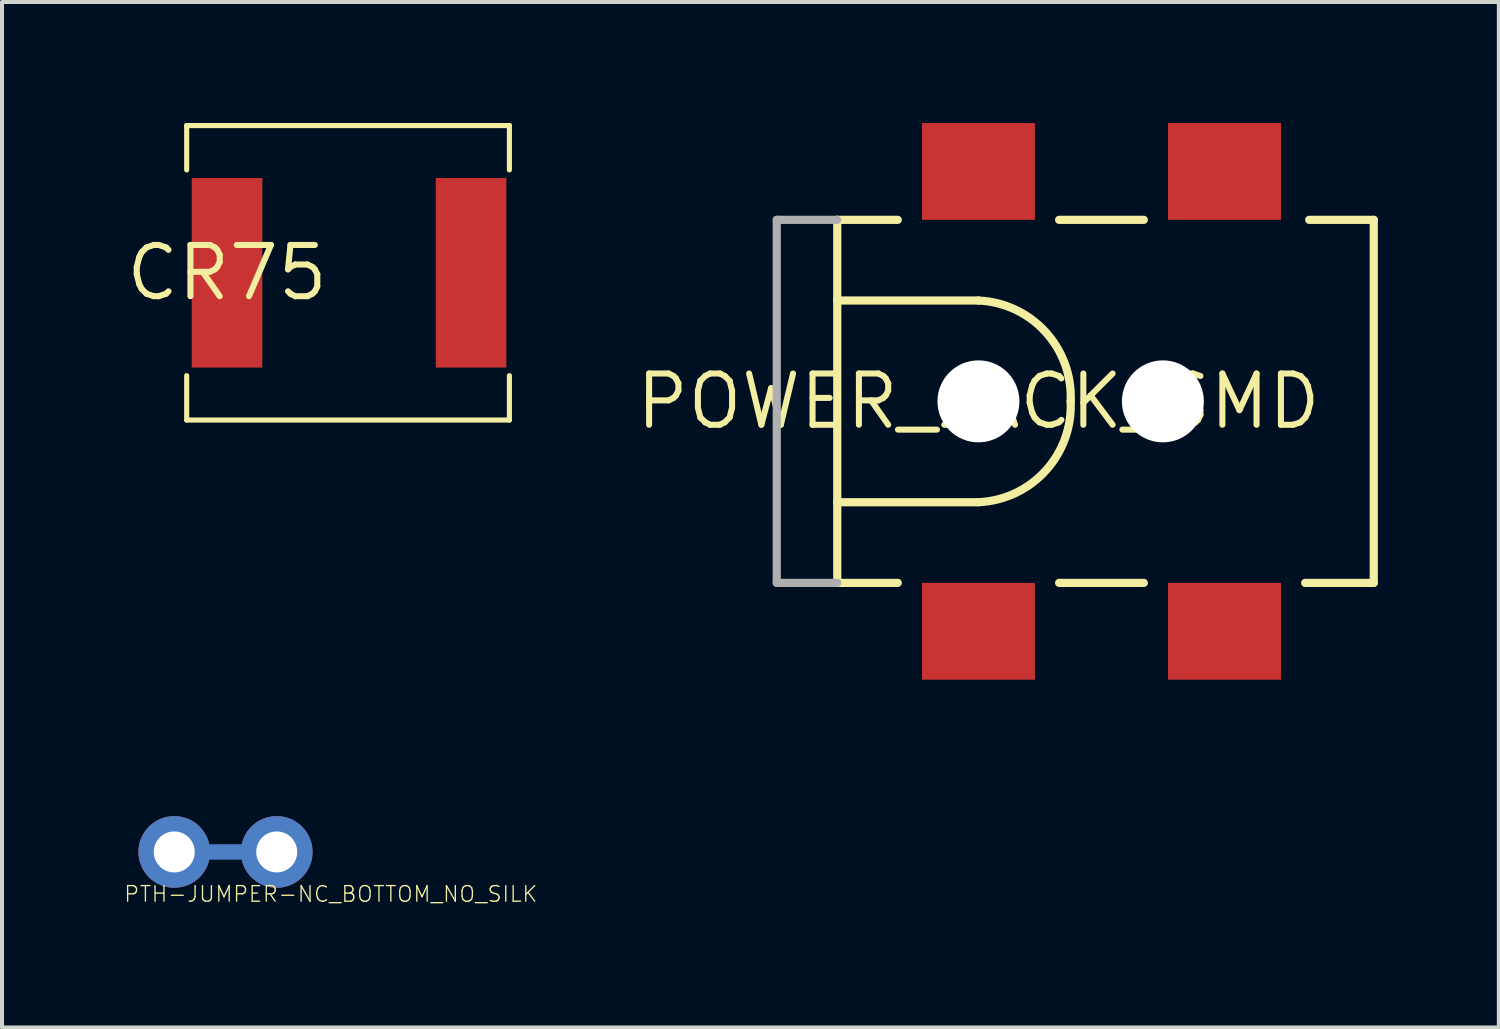
<source format=kicad_pcb>
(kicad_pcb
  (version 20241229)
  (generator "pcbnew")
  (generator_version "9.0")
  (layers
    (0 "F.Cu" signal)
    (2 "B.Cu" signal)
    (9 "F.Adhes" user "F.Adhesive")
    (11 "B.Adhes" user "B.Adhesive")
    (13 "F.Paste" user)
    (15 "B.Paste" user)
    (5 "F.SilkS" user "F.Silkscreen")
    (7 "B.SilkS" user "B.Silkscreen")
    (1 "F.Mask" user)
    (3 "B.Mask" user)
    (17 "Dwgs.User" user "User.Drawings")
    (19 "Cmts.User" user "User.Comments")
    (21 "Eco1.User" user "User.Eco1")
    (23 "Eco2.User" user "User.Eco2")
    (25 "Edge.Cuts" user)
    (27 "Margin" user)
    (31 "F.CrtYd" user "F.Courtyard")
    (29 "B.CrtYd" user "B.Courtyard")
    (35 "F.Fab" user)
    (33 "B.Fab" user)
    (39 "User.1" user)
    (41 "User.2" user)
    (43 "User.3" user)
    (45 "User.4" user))
  (footprint "CR75"
    (layer "F.Cu")
    (at 2.578 3.713)
    (property "Reference" "CR75" (at 0 0 0) (layer "F.SilkS") (effects (font (size 1.27 1.27) (thickness 0.15))))
    (attr through_hole)
    (fp_line (start -1 -3.65) (end -1 -2.55) (stroke (width 0.127) (type solid)) (layer "F.SilkS"))
    (fp_line (start -1 -3.65) (end 7 -3.65) (stroke (width 0.127) (type solid)) (layer "F.SilkS"))
    (fp_line (start -1 3.65) (end -1 2.55) (stroke (width 0.127) (type solid)) (layer "F.SilkS"))
    (fp_line (start -1 3.65) (end 7 3.65) (stroke (width 0.127) (type solid)) (layer "F.SilkS"))
    (fp_line (start 7 -3.65) (end 7 -2.55) (stroke (width 0.127) (type solid)) (layer "F.SilkS"))
    (fp_line (start 7 3.65) (end 7 2.55) (stroke (width 0.127) (type solid)) (layer "F.SilkS"))
    (pad "P$1" smd rect (at 0 0 90) (size 4.7 1.75) (layers "F.Cu" "F.Mask" "F.Paste"))
    (pad "P$2" smd rect (at 6.05 0 90) (size 4.7 1.75) (layers "F.Cu" "F.Mask" "F.Paste")))
  (footprint "PTH-JUMPER-NC_BOTTOM_NO_SILK"
    (layer "F.Cu")
    (at 2.54 18.07)
    (property "Reference" "PTH-JUMPER-NC_BOTTOM_NO_SILK" (at -2.54 1.27 0) (layer "F.SilkS") (effects (font (size 0.386 0.386) (thickness 0.033)) (justify left bottom)))
    (attr through_hole)
    (fp_poly (pts (xy -0.305 1.27) (xy 0.305 1.27) (xy 0.305 -1.27) (xy -0.305 -1.27)) (stroke (width 0) (type solid)) (fill yes) (layer "B.Mask"))
    (pad "1" thru_hole circle (at -1.27 0) (size 1.778 1.778) (drill 1.016) (layers "*.Cu" "*.Mask"))
    (pad "2" thru_hole circle (at 1.27 0) (size 1.778 1.778) (drill 1.016) (layers "*.Cu" "*.Mask"))
    (pad "P$1" smd rect (at 0 0 180) (size 1.27 0.381) (layers "B.Cu" "B.Mask" "B.Paste")))
  (footprint "POWER_JACK_SMD"
    (layer "F.Cu")
    (at 21.206 6.9)
    (property "Reference" "POWER_JACK_SMD" (at 0 0 0) (layer "F.SilkS") (effects (font (size 1.27 1.27) (thickness 0.15))))
    (attr through_hole)
    (fp_line (start -3.5 -4.5) (end -3.5 -2.5) (stroke (width 0.203) (type solid)) (layer "F.SilkS"))
    (fp_line (start -3.5 -4.5) (end -2 -4.5) (stroke (width 0.203) (type solid)) (layer "F.SilkS"))
    (fp_line (start -3.5 -2.5) (end -3.5 2.5) (stroke (width 0.203) (type solid)) (layer "F.SilkS"))
    (fp_line (start -3.5 -2.5) (end 0 -2.5) (stroke (width 0.203) (type solid)) (layer "F.SilkS"))
    (fp_line (start -3.5 2.5) (end -3.5 4.5) (stroke (width 0.203) (type solid)) (layer "F.SilkS"))
    (fp_line (start -2 4.5) (end -3.5 4.5) (stroke (width 0.203) (type solid)) (layer "F.SilkS"))
    (fp_line (start 0 2.5) (end -3.5 2.5) (stroke (width 0.203) (type solid)) (layer "F.SilkS"))
    (fp_line (start 2 -4.5) (end 4.1 -4.5) (stroke (width 0.203) (type solid)) (layer "F.SilkS"))
    (fp_line (start 4.1 4.5) (end 2 4.5) (stroke (width 0.203) (type solid)) (layer "F.SilkS"))
    (fp_line (start 8.2 -4.5) (end 9.8 -4.5) (stroke (width 0.203) (type solid)) (layer "F.SilkS"))
    (fp_line (start 9.8 -4.5) (end 9.8 4.5) (stroke (width 0.203) (type solid)) (layer "F.SilkS"))
    (fp_line (start 9.8 4.5) (end 8.1 4.5) (stroke (width 0.203) (type solid)) (layer "F.SilkS"))
    (fp_arc (start 0 -2.5) (mid 1.660767 -1.723446) (end 2.286 0) (stroke (width 0.2032) (type solid)) (layer "F.SilkS"))
    (fp_arc (start 2.286 0) (mid 1.660767 1.723446) (end 0 2.5) (stroke (width 0.2032) (type solid)) (layer "F.SilkS"))
    (fp_line (start -5 -4.5) (end -5 4.5) (stroke (width 0.203) (type solid)) (layer "F.Fab"))
    (fp_line (start -5 -4.5) (end -3.5 -4.5) (stroke (width 0.203) (type solid)) (layer "F.Fab"))
    (fp_line (start -3.5 4.5) (end -5 4.5) (stroke (width 0.203) (type solid)) (layer "F.Fab"))
    (pad "" np_thru_hole circle (at 0 0) (size 2.032 2.032) (drill 2.032) (layers "*.Cu" "*.Mask"))
    (pad "" np_thru_hole circle (at 4.572 0) (size 2.032 2.032) (drill 2.032) (layers "*.Cu" "*.Mask"))
    (pad "GND" smd rect (at 0 5.7) (size 2.8 2.4) (layers "F.Cu" "F.Mask" "F.Paste"))
    (pad "P$4" smd rect (at 6.1 5.7) (size 2.8 2.4) (layers "F.Cu" "F.Mask" "F.Paste"))
    (pad "VIN0" smd rect (at 0 -5.7) (size 2.8 2.4) (layers "F.Cu" "F.Mask" "F.Paste"))
    (pad "VIN1" smd rect (at 6.1 -5.7) (size 2.8 2.4) (layers "F.Cu" "F.Mask" "F.Paste")))
  (gr_rect
    (start -3 -3)
    (end 34.107 22.422)
    (stroke (width 0.1) (type default))
    (fill no)
    (layer "Edge.Cuts")))
</source>
